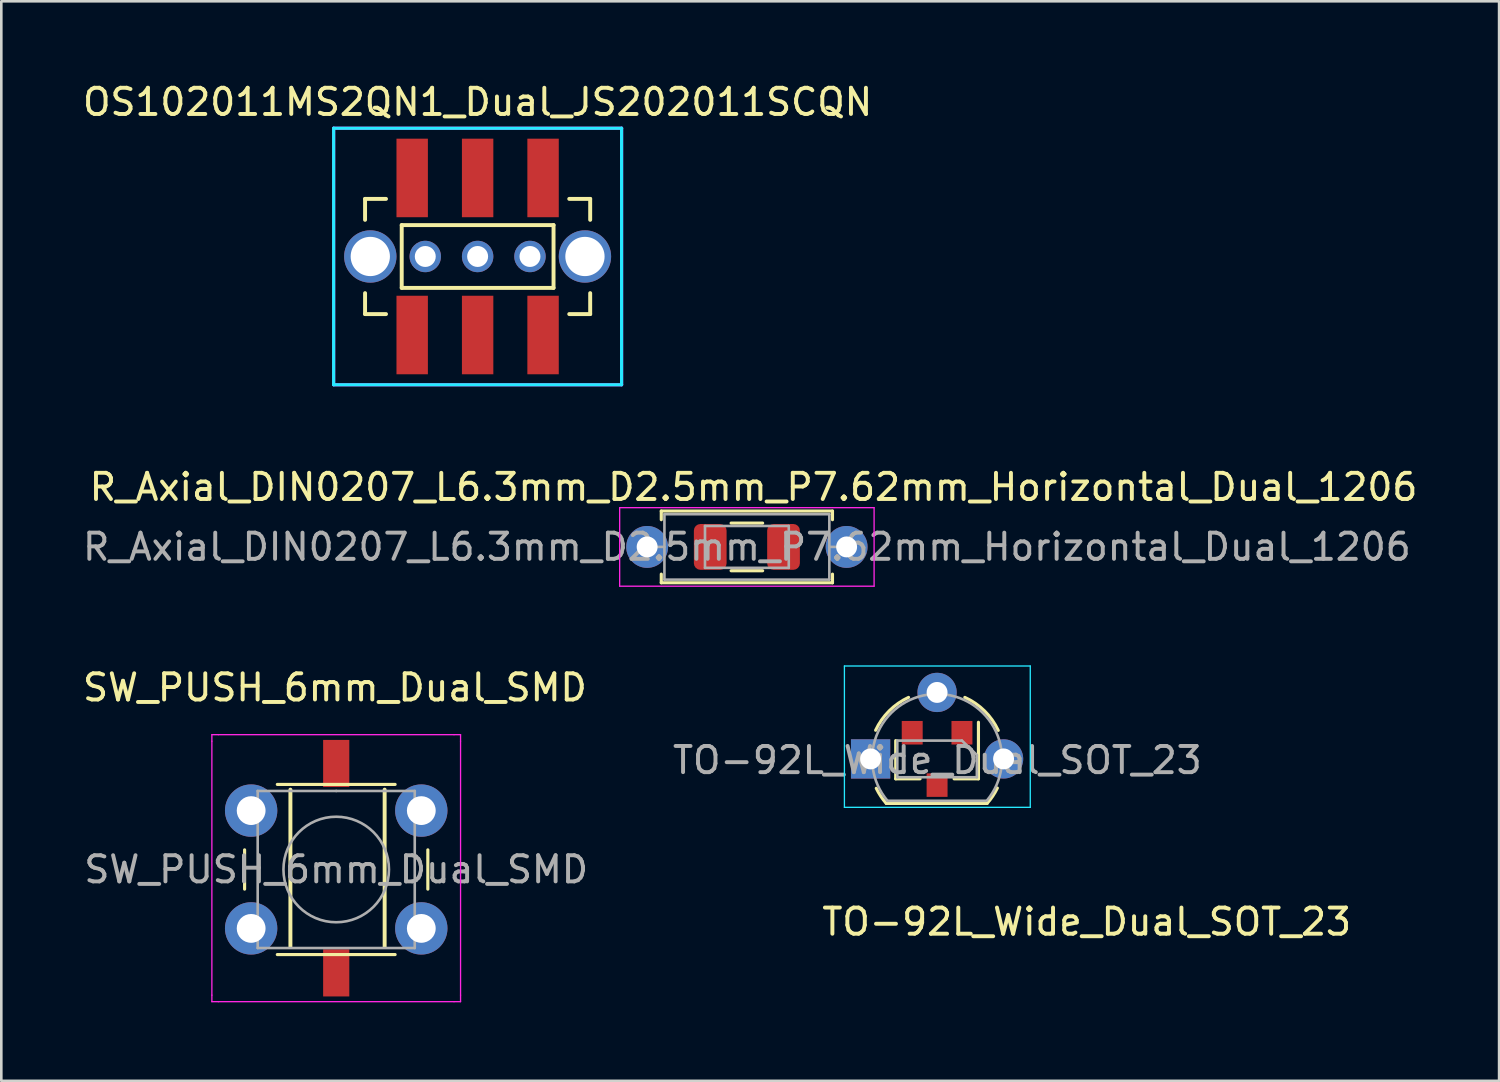
<source format=kicad_pcb>
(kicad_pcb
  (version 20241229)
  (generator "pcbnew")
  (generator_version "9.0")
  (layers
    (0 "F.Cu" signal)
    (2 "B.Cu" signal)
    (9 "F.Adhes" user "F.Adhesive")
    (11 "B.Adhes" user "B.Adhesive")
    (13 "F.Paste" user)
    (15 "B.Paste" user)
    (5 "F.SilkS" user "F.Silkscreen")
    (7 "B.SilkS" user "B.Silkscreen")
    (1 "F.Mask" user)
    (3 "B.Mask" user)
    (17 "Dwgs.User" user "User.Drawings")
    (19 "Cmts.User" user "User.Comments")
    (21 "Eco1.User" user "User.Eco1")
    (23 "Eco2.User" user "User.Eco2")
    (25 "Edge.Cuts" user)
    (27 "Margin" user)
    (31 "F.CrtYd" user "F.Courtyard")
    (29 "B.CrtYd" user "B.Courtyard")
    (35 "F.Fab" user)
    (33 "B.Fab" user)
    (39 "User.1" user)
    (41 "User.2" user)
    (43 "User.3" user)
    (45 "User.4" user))
  (footprint "TO-92L_Wide_Dual_SOT_23"
    (layer "F.Cu")
    (at 30.208 25.942)
    (property "Reference" "TO-92L_Wide_Dual_SOT_23" (at 8.255 6.223 0) (layer "F.SilkS") (effects (font (size 1 1) (thickness 0.15))))
    (attr through_hole)
    (fp_line (start 0.6 1.7) (end 4.45 1.7) (stroke (width 0.12) (type solid)) (layer "F.SilkS"))
    (fp_line (start 0.96 0.76) (end 0.96 -0.7) (stroke (width 0.12) (type solid)) (layer "F.SilkS"))
    (fp_line (start 0.96 0.76) (end 1.89 0.76) (stroke (width 0.12) (type solid)) (layer "F.SilkS"))
    (fp_line (start 4.12 0.76) (end 3.19 0.76) (stroke (width 0.12) (type solid)) (layer "F.SilkS"))
    (fp_line (start 4.12 0.76) (end 4.12 -1.4) (stroke (width 0.12) (type solid)) (layer "F.SilkS"))
    (fp_arc (start 0.192226 -1.094786) (mid 0.710119 -1.833613) (end 1.45 -2.35) (stroke (width 0.12) (type solid)) (layer "F.SilkS"))
    (fp_arc (start 0.6 1.7) (mid 0.389183 1.423933) (end 0.217369 1.122045) (stroke (width 0.12) (type solid)) (layer "F.SilkS"))
    (fp_arc (start 3.6 -2.35) (mid 4.351408 -1.834367) (end 4.876463 -1.089513) (stroke (width 0.12) (type solid)) (layer "F.SilkS"))
    (fp_arc (start 4.842383 1.112264) (mid 4.666594 1.419753) (end 4.45 1.7) (stroke (width 0.12) (type solid)) (layer "F.SilkS"))
    (fp_line (start -1 -3.55) (end -1 1.85) (stroke (width 0.05) (type solid)) (layer "B.CrtYd"))
    (fp_line (start -1 1.85) (end 6.1 1.85) (stroke (width 0.05) (type solid)) (layer "B.CrtYd"))
    (fp_line (start 6.1 -3.55) (end -1 -3.55) (stroke (width 0.05) (type solid)) (layer "B.CrtYd"))
    (fp_line (start 6.1 1.85) (end 6.1 -3.55) (stroke (width 0.05) (type solid)) (layer "B.CrtYd"))
    (fp_line (start 0.65 1.6) (end 4.4 1.6) (stroke (width 0.1) (type solid)) (layer "F.Fab"))
    (fp_line (start 1.02 -0.7) (end 1.02 0.7) (stroke (width 0.1) (type solid)) (layer "F.Fab"))
    (fp_line (start 3.49 -0.7) (end 1.04 -0.7) (stroke (width 0.1) (type solid)) (layer "F.Fab"))
    (fp_line (start 3.49 -0.7) (end 4.06 -0.15) (stroke (width 0.1) (type solid)) (layer "F.Fab"))
    (fp_line (start 4.06 -0.15) (end 4.06 0.7) (stroke (width 0.1) (type solid)) (layer "F.Fab"))
    (fp_line (start 4.06 0.7) (end 1.02 0.7) (stroke (width 0.1) (type solid)) (layer "F.Fab"))
    (fp_arc (start 0.647182 1.602385) (mid 0.290076 -1.043188) (end 2.54 -2.48) (stroke (width 0.1) (type solid)) (layer "F.Fab"))
    (fp_arc (start 2.54 -2.48) (mid 4.787211 -1.049019) (end 4.441103 1.592547) (stroke (width 0.1) (type solid)) (layer "F.Fab"))
    (fp_text user "${REFERENCE}" (at 2.55 0.05 0) (layer "F.Fab") (effects (font (size 1 1) (thickness 0.15))))
    (pad "1" thru_hole rect (at 0 0 90) (size 1.5 1.5) (drill 0.8) (layers "*.Cu" "*.Mask"))
    (pad "1" smd rect (at 1.59 -1 270) (size 0.9 0.8) (layers "F.Cu" "F.Mask" "F.Paste"))
    (pad "2" thru_hole circle (at 2.54 -2.54 90) (size 1.5 1.5) (drill 0.8) (layers "*.Cu" "*.Mask"))
    (pad "2" smd rect (at 3.49 -1 270) (size 0.9 0.8) (layers "F.Cu" "F.Mask" "F.Paste"))
    (pad "3" smd rect (at 2.54 1 270) (size 0.9 0.8) (layers "F.Cu" "F.Mask" "F.Paste"))
    (pad "3" thru_hole circle (at 5.08 0 90) (size 1.5 1.5) (drill 0.8) (layers "*.Cu" "*.Mask")))
  (footprint "R_Axial_DIN0207_L6.3mm_D2.5mm_P7.62mm_Horizontal_Dual_1206"
    (layer "F.Cu")
    (at 21.672 17.843)
    (property "Reference" "R_Axial_DIN0207_L6.3mm_D2.5mm_P7.62mm_Horizontal_Dual_1206" (at 4.064 -2.286 0) (layer "F.SilkS") (effects (font (size 1 1) (thickness 0.15))))
    (attr through_hole)
    (fp_line (start 0.54 -1.37) (end 7.08 -1.37) (stroke (width 0.12) (type solid)) (layer "F.SilkS"))
    (fp_line (start 0.54 -1.04) (end 0.54 -1.37) (stroke (width 0.12) (type solid)) (layer "F.SilkS"))
    (fp_line (start 0.54 1.04) (end 0.54 1.37) (stroke (width 0.12) (type solid)) (layer "F.SilkS"))
    (fp_line (start 0.54 1.37) (end 7.08 1.37) (stroke (width 0.12) (type solid)) (layer "F.SilkS"))
    (fp_line (start 3.208 -0.91) (end 4.412 -0.91) (stroke (width 0.12) (type solid)) (layer "F.SilkS"))
    (fp_line (start 3.208 0.91) (end 4.412 0.91) (stroke (width 0.12) (type solid)) (layer "F.SilkS"))
    (fp_line (start 7.08 -1.37) (end 7.08 -1.04) (stroke (width 0.12) (type solid)) (layer "F.SilkS"))
    (fp_line (start 7.08 1.37) (end 7.08 1.04) (stroke (width 0.12) (type solid)) (layer "F.SilkS"))
    (fp_line (start -1.05 -1.5) (end -1.05 1.5) (stroke (width 0.05) (type solid)) (layer "F.CrtYd"))
    (fp_line (start -1.05 1.5) (end 8.67 1.5) (stroke (width 0.05) (type solid)) (layer "F.CrtYd"))
    (fp_line (start 8.67 -1.5) (end -1.05 -1.5) (stroke (width 0.05) (type solid)) (layer "F.CrtYd"))
    (fp_line (start 8.67 1.5) (end 8.67 -1.5) (stroke (width 0.05) (type solid)) (layer "F.CrtYd"))
    (fp_line (start 0 0) (end 0.66 0) (stroke (width 0.1) (type solid)) (layer "F.Fab"))
    (fp_line (start 0.66 -1.25) (end 0.66 1.25) (stroke (width 0.1) (type solid)) (layer "F.Fab"))
    (fp_line (start 0.66 1.25) (end 6.96 1.25) (stroke (width 0.1) (type solid)) (layer "F.Fab"))
    (fp_line (start 2.21 -0.8) (end 5.41 -0.8) (stroke (width 0.1) (type solid)) (layer "F.Fab"))
    (fp_line (start 2.21 0.8) (end 2.21 -0.8) (stroke (width 0.1) (type solid)) (layer "F.Fab"))
    (fp_line (start 5.41 -0.8) (end 5.41 0.8) (stroke (width 0.1) (type solid)) (layer "F.Fab"))
    (fp_line (start 5.41 0.8) (end 2.21 0.8) (stroke (width 0.1) (type solid)) (layer "F.Fab"))
    (fp_line (start 6.96 -1.25) (end 0.66 -1.25) (stroke (width 0.1) (type solid)) (layer "F.Fab"))
    (fp_line (start 6.96 1.25) (end 6.96 -1.25) (stroke (width 0.1) (type solid)) (layer "F.Fab"))
    (fp_line (start 7.62 0) (end 6.96 0) (stroke (width 0.1) (type solid)) (layer "F.Fab"))
    (fp_text user "${REFERENCE}" (at 3.81 0 0) (layer "F.Fab") (effects (font (size 1 1) (thickness 0.15))))
    (pad "1" thru_hole circle (at 0 0) (size 1.6 1.6) (drill 0.8) (layers "*.Cu" "*.Mask"))
    (pad "1" smd roundrect (at 2.41 0) (size 1.25 1.75) (layers "F.Cu" "F.Mask" "F.Paste") (roundrect_rratio 0.2))
    (pad "2" smd roundrect (at 5.21 0) (size 1.25 1.75) (layers "F.Cu" "F.Mask" "F.Paste") (roundrect_rratio 0.2))
    (pad "2" thru_hole oval (at 7.62 0) (size 1.6 1.6) (drill 0.8) (layers "*.Cu" "*.Mask")))
  (footprint "OS102011MS2QN1_Dual_JS202011SCQN"
    (layer "F.Cu")
    (at 11.096 6.748)
    (property "Reference" "OS102011MS2QN1_Dual_JS202011SCQN" (at 4.1 -5.9 0) (layer "F.SilkS") (effects (font (size 1 1) (thickness 0.15))))
    (attr through_hole)
    (fp_line (start -0.2 -2.2) (end -0.2 -1.4) (stroke (width 0.15) (type solid)) (layer "F.SilkS"))
    (fp_line (start -0.2 -2.2) (end 0.6 -2.2) (stroke (width 0.15) (type solid)) (layer "F.SilkS"))
    (fp_line (start -0.2 2.2) (end -0.2 1.4) (stroke (width 0.15) (type solid)) (layer "F.SilkS"))
    (fp_line (start -0.2 2.2) (end 0.6 2.2) (stroke (width 0.15) (type solid)) (layer "F.SilkS"))
    (fp_line (start 1.2 -1.2) (end 7 -1.2) (stroke (width 0.15) (type solid)) (layer "F.SilkS"))
    (fp_line (start 1.2 1.2) (end 1.2 -1.2) (stroke (width 0.15) (type solid)) (layer "F.SilkS"))
    (fp_line (start 7 -1.2) (end 7 1.2) (stroke (width 0.15) (type solid)) (layer "F.SilkS"))
    (fp_line (start 7 1.2) (end 1.2 1.2) (stroke (width 0.15) (type solid)) (layer "F.SilkS"))
    (fp_line (start 7.6 -2.2) (end 8.4 -2.2) (stroke (width 0.15) (type solid)) (layer "F.SilkS"))
    (fp_line (start 8.4 -2.2) (end 8.4 -1.4) (stroke (width 0.15) (type solid)) (layer "F.SilkS"))
    (fp_line (start 8.4 2.2) (end 7.6 2.2) (stroke (width 0.15) (type solid)) (layer "F.SilkS"))
    (fp_line (start 8.4 2.2) (end 8.4 1.4) (stroke (width 0.15) (type solid)) (layer "F.SilkS"))
    (fp_line (start -1.4 -4.9) (end 9.6 -4.9) (stroke (width 0.12) (type solid)) (layer "B.CrtYd"))
    (fp_line (start -1.4 4.9) (end -1.4 -4.9) (stroke (width 0.12) (type solid)) (layer "B.CrtYd"))
    (fp_line (start 9.6 -4.9) (end 9.6 4.9) (stroke (width 0.12) (type solid)) (layer "B.CrtYd"))
    (fp_line (start 9.6 4.9) (end -1.4 4.9) (stroke (width 0.12) (type solid)) (layer "B.CrtYd"))
    (fp_line (start -1.4 -4.9) (end 9.6 -4.9) (stroke (width 0.12) (type solid)) (layer "F.CrtYd"))
    (fp_line (start -1.4 4.9) (end -1.4 -4.9) (stroke (width 0.12) (type solid)) (layer "F.CrtYd"))
    (fp_line (start 9.6 -4.9) (end 9.6 4.9) (stroke (width 0.12) (type solid)) (layer "F.CrtYd"))
    (fp_line (start 9.6 4.9) (end -1.4 4.9) (stroke (width 0.12) (type solid)) (layer "F.CrtYd"))
    (pad "" thru_hole circle (at 0 0 270) (size 2 2) (drill 1.5) (layers "*.Cu" "*.Mask"))
    (pad "" thru_hole circle (at 8.2 0 270) (size 2 2) (drill 1.5) (layers "*.Cu" "*.Mask"))
    (pad "1" smd rect (at 1.6 -3 270) (size 3 1.2) (layers "F.Cu" "F.Mask" "F.Paste"))
    (pad "1" smd rect (at 1.6 3 270) (size 3 1.2) (layers "F.Cu" "F.Mask" "F.Paste"))
    (pad "1" thru_hole circle (at 2.1 0 270) (size 1.2 1.2) (drill 0.8) (layers "*.Cu" "*.Mask"))
    (pad "2" smd rect (at 4.1 -3 270) (size 3 1.2) (layers "F.Cu" "F.Mask" "F.Paste"))
    (pad "2" thru_hole circle (at 4.1 0 270) (size 1.2 1.2) (drill 0.8) (layers "*.Cu" "*.Mask"))
    (pad "2" smd rect (at 4.1 3 270) (size 3 1.2) (layers "F.Cu" "F.Mask" "F.Paste"))
    (pad "3" thru_hole circle (at 6.1 0 270) (size 1.2 1.2) (drill 0.8) (layers "*.Cu" "*.Mask"))
    (pad "3" smd rect (at 6.6 -3 270) (size 3 1.2) (layers "F.Cu" "F.Mask" "F.Paste"))
    (pad "3" smd rect (at 6.6 3 270) (size 3 1.2) (layers "F.Cu" "F.Mask" "F.Paste")))
  (footprint "SW_PUSH_6mm_Dual_SMD"
    (layer "F.Cu")
    (at 6.544 27.916)
    (property "Reference" "SW_PUSH_6mm_Dual_SMD" (at 3.2 -4.7 0) (layer "F.SilkS") (effects (font (size 1 1) (thickness 0.15))))
    (attr through_hole)
    (fp_line (start -0.25 1.5) (end -0.25 3) (stroke (width 0.12) (type solid)) (layer "F.SilkS"))
    (fp_line (start 1 5.5) (end 5.5 5.5) (stroke (width 0.12) (type solid)) (layer "F.SilkS"))
    (fp_line (start 1.5 -0.8) (end 1.5 5.2) (stroke (width 0.15) (type solid)) (layer "F.SilkS"))
    (fp_line (start 5.1 -0.8) (end 5.1 5.2) (stroke (width 0.15) (type solid)) (layer "F.SilkS"))
    (fp_line (start 5.5 -1) (end 1 -1) (stroke (width 0.12) (type solid)) (layer "F.SilkS"))
    (fp_line (start 6.75 3) (end 6.75 1.5) (stroke (width 0.12) (type solid)) (layer "F.SilkS"))
    (fp_line (start -1.5 -2.9) (end -1.25 -2.9) (stroke (width 0.05) (type solid)) (layer "F.CrtYd"))
    (fp_line (start -1.5 -2.65) (end -1.5 -2.9) (stroke (width 0.05) (type solid)) (layer "F.CrtYd"))
    (fp_line (start -1.5 7.05) (end -1.5 -2.65) (stroke (width 0.05) (type solid)) (layer "F.CrtYd"))
    (fp_line (start -1.5 7.05) (end -1.5 7.3) (stroke (width 0.05) (type solid)) (layer "F.CrtYd"))
    (fp_line (start -1.5 7.3) (end -1.25 7.3) (stroke (width 0.05) (type solid)) (layer "F.CrtYd"))
    (fp_line (start -1.25 -2.9) (end 7.75 -2.9) (stroke (width 0.05) (type solid)) (layer "F.CrtYd"))
    (fp_line (start 7.75 -2.9) (end 8 -2.9) (stroke (width 0.05) (type solid)) (layer "F.CrtYd"))
    (fp_line (start 7.75 7.3) (end -1.25 7.3) (stroke (width 0.05) (type solid)) (layer "F.CrtYd"))
    (fp_line (start 7.75 7.3) (end 8 7.3) (stroke (width 0.05) (type solid)) (layer "F.CrtYd"))
    (fp_line (start 8 -2.9) (end 8 -2.65) (stroke (width 0.05) (type solid)) (layer "F.CrtYd"))
    (fp_line (start 8 -2.65) (end 8 7.05) (stroke (width 0.05) (type solid)) (layer "F.CrtYd"))
    (fp_line (start 8 7.3) (end 8 7.05) (stroke (width 0.05) (type solid)) (layer "F.CrtYd"))
    (fp_line (start 0.25 -0.75) (end 3.25 -0.75) (stroke (width 0.1) (type solid)) (layer "F.Fab"))
    (fp_line (start 0.25 5.25) (end 0.25 -0.75) (stroke (width 0.1) (type solid)) (layer "F.Fab"))
    (fp_line (start 3.25 -0.75) (end 6.25 -0.75) (stroke (width 0.1) (type solid)) (layer "F.Fab"))
    (fp_line (start 6.25 -0.75) (end 6.25 5.25) (stroke (width 0.1) (type solid)) (layer "F.Fab"))
    (fp_line (start 6.25 5.25) (end 0.25 5.25) (stroke (width 0.1) (type solid)) (layer "F.Fab"))
    (fp_circle (center 3.25 2.25) (end 1.25 2.5) (stroke (width 0.1) (type solid)) (fill no) (layer "F.Fab"))
    (fp_text user "${REFERENCE}" (at 3.25 2.25 0) (layer "F.Fab") (effects (font (size 1 1) (thickness 0.15))))
    (pad "1" thru_hole circle (at 0 0 90) (size 2 2) (drill 1.1) (layers "*.Cu" "*.Mask"))
    (pad "1" smd rect (at 3.25 -1.8 270) (size 1.8 1) (layers "F.Cu" "F.Mask" "F.Paste"))
    (pad "1" thru_hole circle (at 6.5 0 90) (size 2 2) (drill 1.1) (layers "*.Cu" "*.Mask"))
    (pad "2" thru_hole circle (at 0 4.5 90) (size 2 2) (drill 1.1) (layers "*.Cu" "*.Mask"))
    (pad "2" smd rect (at 3.25 6.2 270) (size 1.8 1) (layers "F.Cu" "F.Mask" "F.Paste"))
    (pad "2" thru_hole circle (at 6.5 4.5 90) (size 2 2) (drill 1.1) (layers "*.Cu" "*.Mask")))
  (gr_rect
    (start -3 -3)
    (end 54.218 38.241)
    (stroke (width 0.1) (type default))
    (fill no)
    (layer "Edge.Cuts")))
</source>
